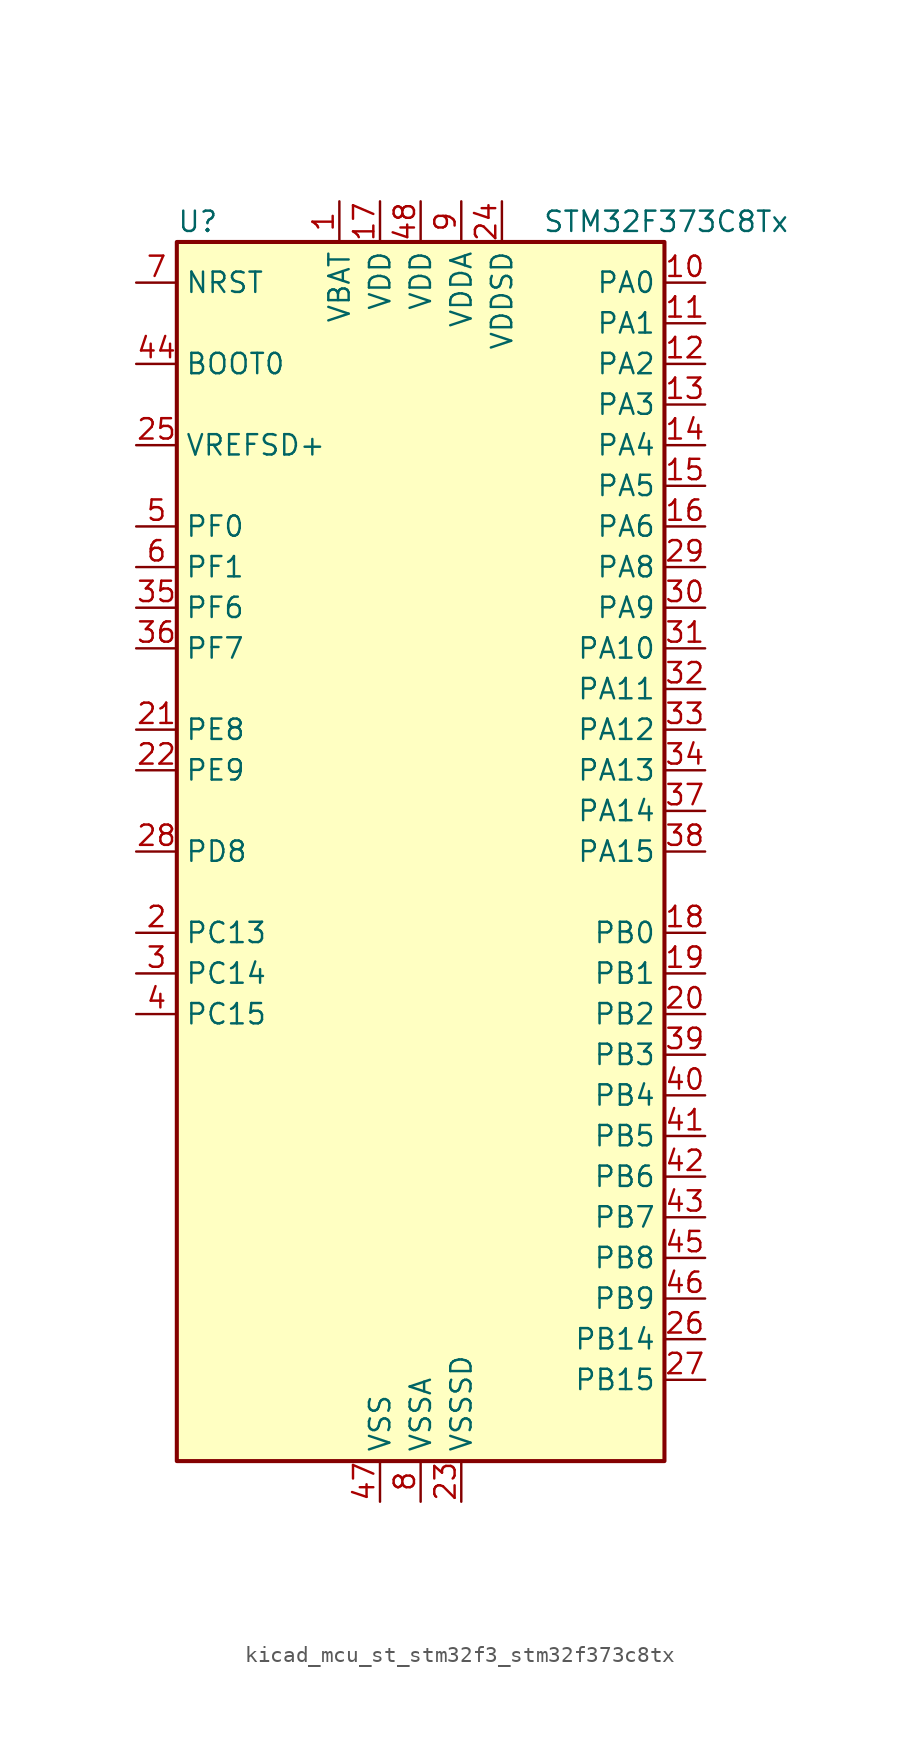
<source format=kicad_sym>
(kicad_symbol_lib
  (version 20220914)
  (generator kicad_symbol_editor)
  (symbol "kicad_mcu_st_stm32f3_stm32f373c8tx"
    (property "Reference" "U"
      (at -15.24 39.37 0)
      (effects (font (size 1.27 1.27)) (justify left)))
    (property "Value" "STM32F373C8Tx"
      (at 7.62 39.37 0)
      (effects (font (size 1.27 1.27)) (justify left)))
    (property "ki_locked" ""
      (at 0 0 0)
      (effects (font (size 1.27 1.27))))
    (symbol "kicad_mcu_st_stm32f3_stm32f373c8tx_0_1"
      (rectangle (start -15.24 -38.1) (end 15.24 38.1) (stroke (width 0.254) (type default)) (fill (type background))))
    (symbol "kicad_mcu_st_stm32f3_stm32f373c8tx_1_1"
      (pin power_in line (at -5.08 40.64 270) (length 2.54) (name "VBAT" (effects (font (size 1.27 1.27)))) (number "1" (effects (font (size 1.27 1.27)))))
      (pin bidirectional line (at 17.78 35.56 180) (length 2.54) (name "PA0" (effects (font (size 1.27 1.27)))) (number "10" (effects (font (size 1.27 1.27)))) (alternate "ADC1_IN0" bidirectional line) (alternate "COMP1_INM" bidirectional line) (alternate "COMP1_OUT" bidirectional line) (alternate "RTC_TAMP2" bidirectional line) (alternate "SYS_WKUP1" bidirectional line) (alternate "TIM19_CH1" bidirectional line) (alternate "TIM2_CH1" bidirectional line) (alternate "TIM2_ETR" bidirectional line) (alternate "TIM5_CH1" bidirectional line) (alternate "TIM5_ETR" bidirectional line) (alternate "TSC_G1_IO1" bidirectional line) (alternate "USART2_CTS" bidirectional line))
      (pin bidirectional line (at 17.78 33.02 180) (length 2.54) (name "PA1" (effects (font (size 1.27 1.27)))) (number "11" (effects (font (size 1.27 1.27)))) (alternate "ADC1_IN1" bidirectional line) (alternate "COMP1_INP" bidirectional line) (alternate "I2S3_CK" bidirectional line) (alternate "RTC_REFIN" bidirectional line) (alternate "SPI3_SCK" bidirectional line) (alternate "TIM15_CH1N" bidirectional line) (alternate "TIM19_CH2" bidirectional line) (alternate "TIM2_CH2" bidirectional line) (alternate "TIM5_CH2" bidirectional line) (alternate "TSC_G1_IO2" bidirectional line) (alternate "USART2_DE" bidirectional line) (alternate "USART2_RTS" bidirectional line))
      (pin bidirectional line (at 17.78 30.48 180) (length 2.54) (name "PA2" (effects (font (size 1.27 1.27)))) (number "12" (effects (font (size 1.27 1.27)))) (alternate "ADC1_IN2" bidirectional line) (alternate "COMP2_INM" bidirectional line) (alternate "COMP2_OUT" bidirectional line) (alternate "I2S3_MCK" bidirectional line) (alternate "SPI3_MISO" bidirectional line) (alternate "TIM15_CH1" bidirectional line) (alternate "TIM19_CH3" bidirectional line) (alternate "TIM2_CH3" bidirectional line) (alternate "TIM5_CH3" bidirectional line) (alternate "TSC_G1_IO3" bidirectional line) (alternate "USART2_TX" bidirectional line))
      (pin bidirectional line (at 17.78 27.94 180) (length 2.54) (name "PA3" (effects (font (size 1.27 1.27)))) (number "13" (effects (font (size 1.27 1.27)))) (alternate "ADC1_IN3" bidirectional line) (alternate "COMP2_INP" bidirectional line) (alternate "I2S3_SD" bidirectional line) (alternate "SPI3_MOSI" bidirectional line) (alternate "TIM15_CH2" bidirectional line) (alternate "TIM19_CH4" bidirectional line) (alternate "TIM2_CH4" bidirectional line) (alternate "TIM5_CH4" bidirectional line) (alternate "TSC_G1_IO4" bidirectional line) (alternate "USART2_RX" bidirectional line))
      (pin bidirectional line (at 17.78 25.4 180) (length 2.54) (name "PA4" (effects (font (size 1.27 1.27)))) (number "14" (effects (font (size 1.27 1.27)))) (alternate "ADC1_IN4" bidirectional line) (alternate "DAC1_OUT1" bidirectional line) (alternate "I2S1_WS" bidirectional line) (alternate "I2S3_WS" bidirectional line) (alternate "SPI1_NSS" bidirectional line) (alternate "SPI3_NSS" bidirectional line) (alternate "TIM12_CH1" bidirectional line) (alternate "TIM3_CH2" bidirectional line) (alternate "TSC_G2_IO1" bidirectional line) (alternate "USART2_CK" bidirectional line))
      (pin bidirectional line (at 17.78 22.86 180) (length 2.54) (name "PA5" (effects (font (size 1.27 1.27)))) (number "15" (effects (font (size 1.27 1.27)))) (alternate "ADC1_IN5" bidirectional line) (alternate "CEC" bidirectional line) (alternate "DAC1_OUT2" bidirectional line) (alternate "I2S1_CK" bidirectional line) (alternate "SPI1_SCK" bidirectional line) (alternate "TIM12_CH2" bidirectional line) (alternate "TIM14_CH1" bidirectional line) (alternate "TIM2_CH1" bidirectional line) (alternate "TIM2_ETR" bidirectional line) (alternate "TSC_G2_IO2" bidirectional line))
      (pin bidirectional line (at 17.78 20.32 180) (length 2.54) (name "PA6" (effects (font (size 1.27 1.27)))) (number "16" (effects (font (size 1.27 1.27)))) (alternate "ADC1_IN6" bidirectional line) (alternate "COMP1_OUT" bidirectional line) (alternate "DAC2_OUT1" bidirectional line) (alternate "I2S1_MCK" bidirectional line) (alternate "SPI1_MISO" bidirectional line) (alternate "TIM13_CH1" bidirectional line) (alternate "TIM16_CH1" bidirectional line) (alternate "TIM3_CH1" bidirectional line) (alternate "TSC_G2_IO3" bidirectional line))
      (pin power_in line (at -2.54 40.64 270) (length 2.54) (name "VDD" (effects (font (size 1.27 1.27)))) (number "17" (effects (font (size 1.27 1.27)))))
      (pin bidirectional line (at 17.78 -5.08 180) (length 2.54) (name "PB0" (effects (font (size 1.27 1.27)))) (number "18" (effects (font (size 1.27 1.27)))) (alternate "ADC1_IN8" bidirectional line) (alternate "I2S1_SD" bidirectional line) (alternate "SDADC1_AIN6P" bidirectional line) (alternate "SPI1_MOSI" bidirectional line) (alternate "TIM3_CH2" bidirectional line) (alternate "TIM3_CH3" bidirectional line) (alternate "TSC_G3_IO3" bidirectional line))
      (pin bidirectional line (at 17.78 -7.62 180) (length 2.54) (name "PB1" (effects (font (size 1.27 1.27)))) (number "19" (effects (font (size 1.27 1.27)))) (alternate "ADC1_IN9" bidirectional line) (alternate "SDADC1_AIN5P" bidirectional line) (alternate "SDADC1_AIN6M" bidirectional line) (alternate "TIM3_CH4" bidirectional line) (alternate "TSC_G3_IO4" bidirectional line))
      (pin bidirectional line (at -17.78 -5.08 0) (length 2.54) (name "PC13" (effects (font (size 1.27 1.27)))) (number "2" (effects (font (size 1.27 1.27)))) (alternate "RTC_OUT_ALARM" bidirectional line) (alternate "RTC_OUT_CALIB" bidirectional line) (alternate "RTC_TAMP1" bidirectional line) (alternate "RTC_TS" bidirectional line) (alternate "SYS_WKUP2" bidirectional line))
      (pin bidirectional line (at 17.78 -10.16 180) (length 2.54) (name "PB2" (effects (font (size 1.27 1.27)))) (number "20" (effects (font (size 1.27 1.27)))) (alternate "SDADC1_AIN4P" bidirectional line) (alternate "SDADC2_AIN6P" bidirectional line))
      (pin bidirectional line (at -17.78 7.62 0) (length 2.54) (name "PE8" (effects (font (size 1.27 1.27)))) (number "21" (effects (font (size 1.27 1.27)))) (alternate "SDADC1_AIN8P" bidirectional line) (alternate "SDADC2_AIN8P" bidirectional line))
      (pin bidirectional line (at -17.78 5.08 0) (length 2.54) (name "PE9" (effects (font (size 1.27 1.27)))) (number "22" (effects (font (size 1.27 1.27)))) (alternate "DAC1_EXTI9" bidirectional line) (alternate "DAC2_EXTI9" bidirectional line) (alternate "SDADC1_AIN7P" bidirectional line) (alternate "SDADC1_AIN8M" bidirectional line) (alternate "SDADC2_AIN7P" bidirectional line) (alternate "SDADC2_AIN8M" bidirectional line))
      (pin power_in line (at 2.54 -40.64 90) (length 2.54) (name "VSSSD" (effects (font (size 1.27 1.27)))) (number "23" (effects (font (size 1.27 1.27)))))
      (pin power_in line (at 5.08 40.64 270) (length 2.54) (name "VDDSD" (effects (font (size 1.27 1.27)))) (number "24" (effects (font (size 1.27 1.27)))))
      (pin input line (at -17.78 25.4 0) (length 2.54) (name "VREFSD+" (effects (font (size 1.27 1.27)))) (number "25" (effects (font (size 1.27 1.27)))))
      (pin bidirectional line (at 17.78 -30.48 180) (length 2.54) (name "PB14" (effects (font (size 1.27 1.27)))) (number "26" (effects (font (size 1.27 1.27)))) (alternate "I2S2_MCK" bidirectional line) (alternate "SDADC3_AIN8P" bidirectional line) (alternate "SPI2_MISO" bidirectional line) (alternate "TIM12_CH1" bidirectional line) (alternate "TIM15_CH1" bidirectional line) (alternate "TSC_G6_IO1" bidirectional line) (alternate "USART3_DE" bidirectional line) (alternate "USART3_RTS" bidirectional line))
      (pin bidirectional line (at 17.78 -33.02 180) (length 2.54) (name "PB15" (effects (font (size 1.27 1.27)))) (number "27" (effects (font (size 1.27 1.27)))) (alternate "ADC1_EXTI15" bidirectional line) (alternate "I2S2_SD" bidirectional line) (alternate "RTC_REFIN" bidirectional line) (alternate "SDADC1_EXTI15" bidirectional line) (alternate "SDADC2_EXTI15" bidirectional line) (alternate "SDADC3_AIN7P" bidirectional line) (alternate "SDADC3_AIN8M" bidirectional line) (alternate "SDADC3_EXTI15" bidirectional line) (alternate "SPI2_MOSI" bidirectional line) (alternate "TIM12_CH2" bidirectional line) (alternate "TIM15_CH1N" bidirectional line) (alternate "TIM15_CH2" bidirectional line) (alternate "TSC_G6_IO2" bidirectional line))
      (pin bidirectional line (at -17.78 0 0) (length 2.54) (name "PD8" (effects (font (size 1.27 1.27)))) (number "28" (effects (font (size 1.27 1.27)))) (alternate "I2S2_CK" bidirectional line) (alternate "SDADC3_AIN6P" bidirectional line) (alternate "SPI2_SCK" bidirectional line) (alternate "TSC_G6_IO3" bidirectional line) (alternate "USART3_TX" bidirectional line))
      (pin bidirectional line (at 17.78 17.78 180) (length 2.54) (name "PA8" (effects (font (size 1.27 1.27)))) (number "29" (effects (font (size 1.27 1.27)))) (alternate "I2C2_SMBA" bidirectional line) (alternate "I2S2_CK" bidirectional line) (alternate "RCC_MCO" bidirectional line) (alternate "SPI2_SCK" bidirectional line) (alternate "TIM4_ETR" bidirectional line) (alternate "TIM5_CH1" bidirectional line) (alternate "TIM5_ETR" bidirectional line) (alternate "USART1_CK" bidirectional line))
      (pin bidirectional line (at -17.78 -7.62 0) (length 2.54) (name "PC14" (effects (font (size 1.27 1.27)))) (number "3" (effects (font (size 1.27 1.27)))) (alternate "RCC_OSC32_IN" bidirectional line))
      (pin bidirectional line (at 17.78 15.24 180) (length 2.54) (name "PA9" (effects (font (size 1.27 1.27)))) (number "30" (effects (font (size 1.27 1.27)))) (alternate "DAC1_EXTI9" bidirectional line) (alternate "DAC2_EXTI9" bidirectional line) (alternate "I2C2_SCL" bidirectional line) (alternate "I2S2_MCK" bidirectional line) (alternate "SPI2_MISO" bidirectional line) (alternate "TIM13_CH1" bidirectional line) (alternate "TIM15_BKIN" bidirectional line) (alternate "TIM2_CH3" bidirectional line) (alternate "TSC_G4_IO1" bidirectional line) (alternate "USART1_TX" bidirectional line))
      (pin bidirectional line (at 17.78 12.7 180) (length 2.54) (name "PA10" (effects (font (size 1.27 1.27)))) (number "31" (effects (font (size 1.27 1.27)))) (alternate "I2C2_SDA" bidirectional line) (alternate "I2S2_SD" bidirectional line) (alternate "SPI2_MOSI" bidirectional line) (alternate "TIM14_CH1" bidirectional line) (alternate "TIM17_BKIN" bidirectional line) (alternate "TIM2_CH4" bidirectional line) (alternate "TSC_G4_IO2" bidirectional line) (alternate "USART1_RX" bidirectional line))
      (pin bidirectional line (at 17.78 10.16 180) (length 2.54) (name "PA11" (effects (font (size 1.27 1.27)))) (number "32" (effects (font (size 1.27 1.27)))) (alternate "ADC1_EXTI11" bidirectional line) (alternate "CAN_RX" bidirectional line) (alternate "COMP1_OUT" bidirectional line) (alternate "I2S1_WS" bidirectional line) (alternate "I2S2_WS" bidirectional line) (alternate "SDADC1_EXTI11" bidirectional line) (alternate "SDADC2_EXTI11" bidirectional line) (alternate "SDADC3_EXTI11" bidirectional line) (alternate "SPI1_NSS" bidirectional line) (alternate "SPI2_NSS" bidirectional line) (alternate "TIM4_CH1" bidirectional line) (alternate "TIM5_CH2" bidirectional line) (alternate "USART1_CTS" bidirectional line) (alternate "USB_DM" bidirectional line))
      (pin bidirectional line (at 17.78 7.62 180) (length 2.54) (name "PA12" (effects (font (size 1.27 1.27)))) (number "33" (effects (font (size 1.27 1.27)))) (alternate "CAN_TX" bidirectional line) (alternate "COMP2_OUT" bidirectional line) (alternate "I2S1_CK" bidirectional line) (alternate "SPI1_SCK" bidirectional line) (alternate "TIM16_CH1" bidirectional line) (alternate "TIM4_CH2" bidirectional line) (alternate "TIM5_CH3" bidirectional line) (alternate "USART1_DE" bidirectional line) (alternate "USART1_RTS" bidirectional line) (alternate "USB_DP" bidirectional line))
      (pin bidirectional line (at 17.78 5.08 180) (length 2.54) (name "PA13" (effects (font (size 1.27 1.27)))) (number "34" (effects (font (size 1.27 1.27)))) (alternate "I2S1_MCK" bidirectional line) (alternate "IR_OUT" bidirectional line) (alternate "SPI1_MISO" bidirectional line) (alternate "SYS_JTMS-SWDIO" bidirectional line) (alternate "TIM16_CH1N" bidirectional line) (alternate "TIM4_CH3" bidirectional line) (alternate "TIM5_CH4" bidirectional line) (alternate "TSC_G4_IO3" bidirectional line) (alternate "USART3_CTS" bidirectional line))
      (pin bidirectional line (at -17.78 15.24 0) (length 2.54) (name "PF6" (effects (font (size 1.27 1.27)))) (number "35" (effects (font (size 1.27 1.27)))) (alternate "I2C2_SCL" bidirectional line) (alternate "I2S1_SD" bidirectional line) (alternate "SPI1_MOSI" bidirectional line) (alternate "TIM4_CH4" bidirectional line) (alternate "USART3_DE" bidirectional line) (alternate "USART3_RTS" bidirectional line))
      (pin bidirectional line (at -17.78 12.7 0) (length 2.54) (name "PF7" (effects (font (size 1.27 1.27)))) (number "36" (effects (font (size 1.27 1.27)))) (alternate "I2C2_SDA" bidirectional line) (alternate "USART2_CK" bidirectional line))
      (pin bidirectional line (at 17.78 2.54 180) (length 2.54) (name "PA14" (effects (font (size 1.27 1.27)))) (number "37" (effects (font (size 1.27 1.27)))) (alternate "I2C1_SDA" bidirectional line) (alternate "SYS_JTCK-SWCLK" bidirectional line) (alternate "TIM12_CH1" bidirectional line) (alternate "TSC_G4_IO4" bidirectional line))
      (pin bidirectional line (at 17.78 0 180) (length 2.54) (name "PA15" (effects (font (size 1.27 1.27)))) (number "38" (effects (font (size 1.27 1.27)))) (alternate "ADC1_EXTI15" bidirectional line) (alternate "I2C1_SCL" bidirectional line) (alternate "I2S1_WS" bidirectional line) (alternate "I2S3_WS" bidirectional line) (alternate "SDADC1_EXTI15" bidirectional line) (alternate "SDADC2_EXTI15" bidirectional line) (alternate "SDADC3_EXTI15" bidirectional line) (alternate "SPI1_NSS" bidirectional line) (alternate "SPI3_NSS" bidirectional line) (alternate "SYS_JTDI" bidirectional line) (alternate "TIM12_CH2" bidirectional line) (alternate "TIM2_CH1" bidirectional line) (alternate "TIM2_ETR" bidirectional line) (alternate "TSC_SYNC" bidirectional line))
      (pin bidirectional line (at 17.78 -12.7 180) (length 2.54) (name "PB3" (effects (font (size 1.27 1.27)))) (number "39" (effects (font (size 1.27 1.27)))) (alternate "I2S1_CK" bidirectional line) (alternate "I2S3_CK" bidirectional line) (alternate "SPI1_SCK" bidirectional line) (alternate "SPI3_SCK" bidirectional line) (alternate "SYS_JTDO-TRACESWO" bidirectional line) (alternate "TIM13_CH1" bidirectional line) (alternate "TIM2_CH2" bidirectional line) (alternate "TIM3_ETR" bidirectional line) (alternate "TIM4_ETR" bidirectional line) (alternate "TSC_G5_IO1" bidirectional line) (alternate "USART2_TX" bidirectional line))
      (pin bidirectional line (at -17.78 -10.16 0) (length 2.54) (name "PC15" (effects (font (size 1.27 1.27)))) (number "4" (effects (font (size 1.27 1.27)))) (alternate "ADC1_EXTI15" bidirectional line) (alternate "RCC_OSC32_OUT" bidirectional line) (alternate "SDADC1_EXTI15" bidirectional line) (alternate "SDADC2_EXTI15" bidirectional line) (alternate "SDADC3_EXTI15" bidirectional line))
      (pin bidirectional line (at 17.78 -15.24 180) (length 2.54) (name "PB4" (effects (font (size 1.27 1.27)))) (number "40" (effects (font (size 1.27 1.27)))) (alternate "I2S1_MCK" bidirectional line) (alternate "I2S3_MCK" bidirectional line) (alternate "SPI1_MISO" bidirectional line) (alternate "SPI3_MISO" bidirectional line) (alternate "SYS_NJTRST" bidirectional line) (alternate "TIM15_CH1N" bidirectional line) (alternate "TIM16_CH1" bidirectional line) (alternate "TIM17_BKIN" bidirectional line) (alternate "TIM3_CH1" bidirectional line) (alternate "TSC_G5_IO2" bidirectional line) (alternate "USART2_RX" bidirectional line))
      (pin bidirectional line (at 17.78 -17.78 180) (length 2.54) (name "PB5" (effects (font (size 1.27 1.27)))) (number "41" (effects (font (size 1.27 1.27)))) (alternate "I2C1_SMBA" bidirectional line) (alternate "I2S1_SD" bidirectional line) (alternate "I2S3_SD" bidirectional line) (alternate "SPI1_MOSI" bidirectional line) (alternate "SPI3_MOSI" bidirectional line) (alternate "TIM16_BKIN" bidirectional line) (alternate "TIM17_CH1" bidirectional line) (alternate "TIM19_ETR" bidirectional line) (alternate "TIM3_CH2" bidirectional line) (alternate "USART2_CK" bidirectional line))
      (pin bidirectional line (at 17.78 -20.32 180) (length 2.54) (name "PB6" (effects (font (size 1.27 1.27)))) (number "42" (effects (font (size 1.27 1.27)))) (alternate "I2C1_SCL" bidirectional line) (alternate "TIM15_CH1" bidirectional line) (alternate "TIM16_CH1N" bidirectional line) (alternate "TIM19_CH1" bidirectional line) (alternate "TIM3_CH3" bidirectional line) (alternate "TIM4_CH1" bidirectional line) (alternate "TSC_G5_IO3" bidirectional line) (alternate "USART1_TX" bidirectional line))
      (pin bidirectional line (at 17.78 -22.86 180) (length 2.54) (name "PB7" (effects (font (size 1.27 1.27)))) (number "43" (effects (font (size 1.27 1.27)))) (alternate "I2C1_SDA" bidirectional line) (alternate "TIM15_CH2" bidirectional line) (alternate "TIM17_CH1N" bidirectional line) (alternate "TIM19_CH2" bidirectional line) (alternate "TIM3_CH4" bidirectional line) (alternate "TIM4_CH2" bidirectional line) (alternate "TSC_G5_IO4" bidirectional line) (alternate "USART1_RX" bidirectional line))
      (pin input line (at -17.78 30.48 0) (length 2.54) (name "BOOT0" (effects (font (size 1.27 1.27)))) (number "44" (effects (font (size 1.27 1.27)))))
      (pin bidirectional line (at 17.78 -25.4 180) (length 2.54) (name "PB8" (effects (font (size 1.27 1.27)))) (number "45" (effects (font (size 1.27 1.27)))) (alternate "CAN_RX" bidirectional line) (alternate "CEC" bidirectional line) (alternate "COMP1_OUT" bidirectional line) (alternate "I2C1_SCL" bidirectional line) (alternate "I2S2_CK" bidirectional line) (alternate "SPI2_SCK" bidirectional line) (alternate "TIM16_CH1" bidirectional line) (alternate "TIM19_CH3" bidirectional line) (alternate "TIM4_CH3" bidirectional line) (alternate "TSC_SYNC" bidirectional line) (alternate "USART3_TX" bidirectional line))
      (pin bidirectional line (at 17.78 -27.94 180) (length 2.54) (name "PB9" (effects (font (size 1.27 1.27)))) (number "46" (effects (font (size 1.27 1.27)))) (alternate "CAN_TX" bidirectional line) (alternate "COMP2_OUT" bidirectional line) (alternate "DAC1_EXTI9" bidirectional line) (alternate "DAC2_EXTI9" bidirectional line) (alternate "I2C1_SDA" bidirectional line) (alternate "I2S2_WS" bidirectional line) (alternate "IR_OUT" bidirectional line) (alternate "SPI2_NSS" bidirectional line) (alternate "TIM17_CH1" bidirectional line) (alternate "TIM19_CH4" bidirectional line) (alternate "TIM4_CH4" bidirectional line) (alternate "USART3_RX" bidirectional line))
      (pin power_in line (at -2.54 -40.64 90) (length 2.54) (name "VSS" (effects (font (size 1.27 1.27)))) (number "47" (effects (font (size 1.27 1.27)))))
      (pin power_in line (at 0 40.64 270) (length 2.54) (name "VDD" (effects (font (size 1.27 1.27)))) (number "48" (effects (font (size 1.27 1.27)))))
      (pin bidirectional line (at -17.78 20.32 0) (length 2.54) (name "PF0" (effects (font (size 1.27 1.27)))) (number "5" (effects (font (size 1.27 1.27)))) (alternate "I2C2_SDA" bidirectional line) (alternate "RCC_OSC_IN" bidirectional line))
      (pin bidirectional line (at -17.78 17.78 0) (length 2.54) (name "PF1" (effects (font (size 1.27 1.27)))) (number "6" (effects (font (size 1.27 1.27)))) (alternate "I2C2_SCL" bidirectional line) (alternate "RCC_OSC_OUT" bidirectional line))
      (pin input line (at -17.78 35.56 0) (length 2.54) (name "NRST" (effects (font (size 1.27 1.27)))) (number "7" (effects (font (size 1.27 1.27)))))
      (pin power_in line (at 0 -40.64 90) (length 2.54) (name "VSSA" (effects (font (size 1.27 1.27)))) (number "8" (effects (font (size 1.27 1.27)))))
      (pin power_in line (at 2.54 40.64 270) (length 2.54) (name "VDDA" (effects (font (size 1.27 1.27)))) (number "9" (effects (font (size 1.27 1.27))))))))
</source>
